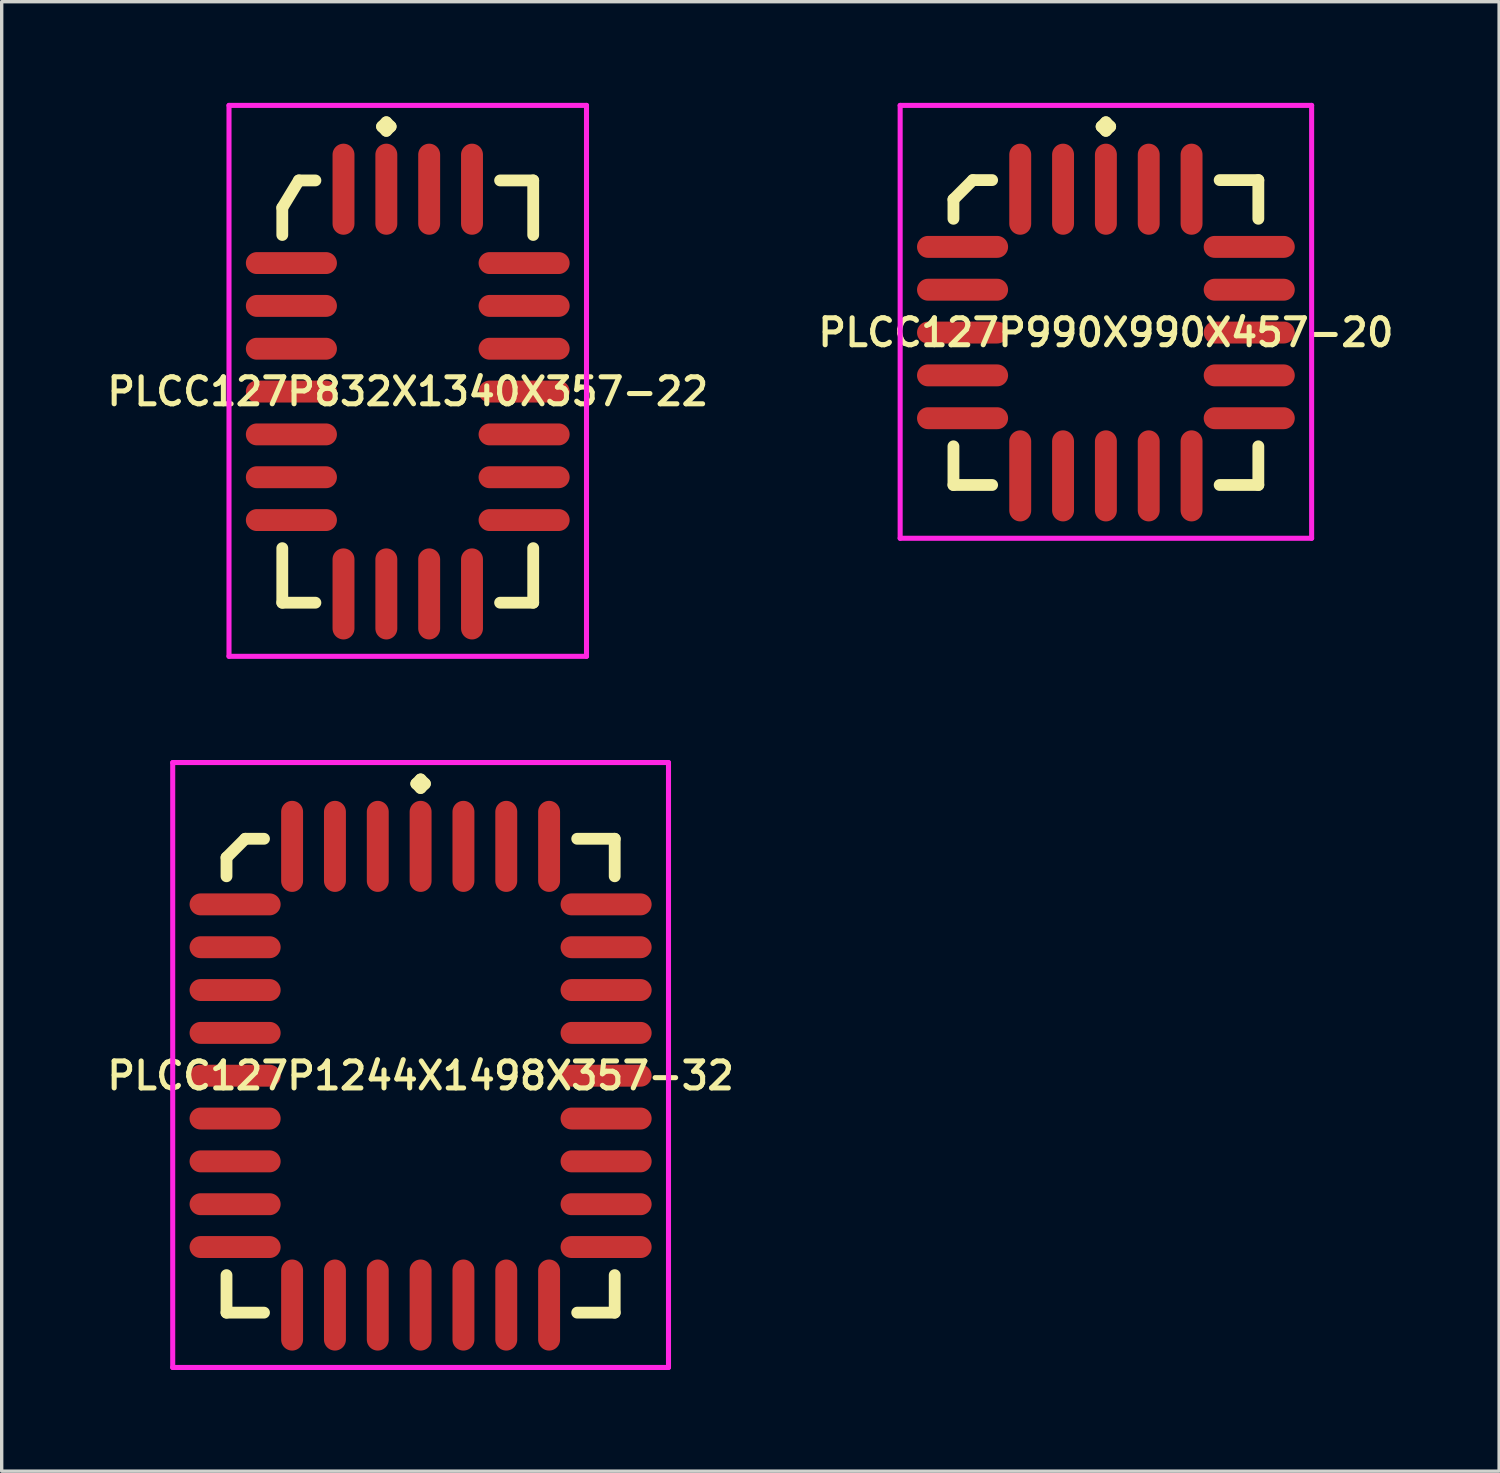
<source format=kicad_pcb>
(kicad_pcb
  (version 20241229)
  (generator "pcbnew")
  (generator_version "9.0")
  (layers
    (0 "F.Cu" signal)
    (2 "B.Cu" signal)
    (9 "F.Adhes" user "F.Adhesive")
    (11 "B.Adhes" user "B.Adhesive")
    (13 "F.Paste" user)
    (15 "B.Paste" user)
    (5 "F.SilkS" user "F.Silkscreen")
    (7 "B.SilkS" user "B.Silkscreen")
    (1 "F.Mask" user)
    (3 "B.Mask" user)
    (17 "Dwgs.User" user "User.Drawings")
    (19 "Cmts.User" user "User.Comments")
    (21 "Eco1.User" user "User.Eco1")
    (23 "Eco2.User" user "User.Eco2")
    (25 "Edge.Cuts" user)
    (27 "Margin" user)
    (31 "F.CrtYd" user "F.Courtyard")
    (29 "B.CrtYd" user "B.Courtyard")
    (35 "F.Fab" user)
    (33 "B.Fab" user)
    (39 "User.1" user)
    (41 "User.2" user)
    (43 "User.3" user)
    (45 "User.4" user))
  (footprint "PLCC127P990X990X457-20"
    (layer "F.Cu")
    (at 29.74 6.81)
    (property "Reference" "PLCC127P990X990X457-20" (at 0 0 0) (layer "F.SilkS") (effects (font (size 0.8 0.8) (thickness 0.15))))
    (attr smd)
    (fp_line (start -4.52 -3.946) (end -3.946 -4.52) (stroke (width 0.35) (type solid)) (layer "F.SilkS"))
    (fp_line (start -4.52 -3.373) (end -4.52 -3.946) (stroke (width 0.35) (type solid)) (layer "F.SilkS"))
    (fp_line (start -4.52 3.373) (end -4.52 4.52) (stroke (width 0.35) (type solid)) (layer "F.SilkS"))
    (fp_line (start -4.52 4.52) (end -3.373 4.52) (stroke (width 0.35) (type solid)) (layer "F.SilkS"))
    (fp_line (start -3.946 -4.52) (end -3.373 -4.52) (stroke (width 0.35) (type solid)) (layer "F.SilkS"))
    (fp_line (start -0.127 -6.108) (end 0 -6.235) (stroke (width 0.35) (type solid)) (layer "F.SilkS"))
    (fp_line (start 0 -6.235) (end 0.127 -6.108) (stroke (width 0.35) (type solid)) (layer "F.SilkS"))
    (fp_line (start 0 -5.981) (end -0.127 -6.108) (stroke (width 0.35) (type solid)) (layer "F.SilkS"))
    (fp_line (start 0.127 -6.108) (end 0 -5.981) (stroke (width 0.35) (type solid)) (layer "F.SilkS"))
    (fp_line (start 4.52 -4.52) (end 3.373 -4.52) (stroke (width 0.35) (type solid)) (layer "F.SilkS"))
    (fp_line (start 4.52 -3.373) (end 4.52 -4.52) (stroke (width 0.35) (type solid)) (layer "F.SilkS"))
    (fp_line (start 4.52 3.373) (end 4.52 4.52) (stroke (width 0.35) (type solid)) (layer "F.SilkS"))
    (fp_line (start 4.52 4.52) (end 3.373 4.52) (stroke (width 0.35) (type solid)) (layer "F.SilkS"))
    (fp_line (start -6.1 -6.735) (end 6.1 -6.735) (stroke (width 0.15) (type solid)) (layer "F.CrtYd"))
    (fp_line (start -6.1 6.1) (end -6.1 -6.735) (stroke (width 0.15) (type solid)) (layer "F.CrtYd"))
    (fp_line (start 6.1 -6.735) (end 6.1 6.1) (stroke (width 0.15) (type solid)) (layer "F.CrtYd"))
    (fp_line (start 6.1 6.1) (end -6.1 6.1) (stroke (width 0.15) (type solid)) (layer "F.CrtYd"))
    (pad "1" smd oval (at 0 -4.25) (size 0.65 2.7) (layers "F.Cu" "F.Mask" "F.Paste"))
    (pad "2" smd oval (at -1.27 -4.25) (size 0.65 2.7) (layers "F.Cu" "F.Mask" "F.Paste"))
    (pad "3" smd oval (at -2.54 -4.25) (size 0.65 2.7) (layers "F.Cu" "F.Mask" "F.Paste"))
    (pad "4" smd oval (at -4.25 -2.54) (size 2.7 0.65) (layers "F.Cu" "F.Mask" "F.Paste"))
    (pad "5" smd oval (at -4.25 -1.27) (size 2.7 0.65) (layers "F.Cu" "F.Mask" "F.Paste"))
    (pad "6" smd oval (at -4.25 0) (size 2.7 0.65) (layers "F.Cu" "F.Mask" "F.Paste"))
    (pad "7" smd oval (at -4.25 1.27) (size 2.7 0.65) (layers "F.Cu" "F.Mask" "F.Paste"))
    (pad "8" smd oval (at -4.25 2.54) (size 2.7 0.65) (layers "F.Cu" "F.Mask" "F.Paste"))
    (pad "9" smd oval (at -2.54 4.25) (size 0.65 2.7) (layers "F.Cu" "F.Mask" "F.Paste"))
    (pad "10" smd oval (at -1.27 4.25) (size 0.65 2.7) (layers "F.Cu" "F.Mask" "F.Paste"))
    (pad "11" smd oval (at 0 4.25) (size 0.65 2.7) (layers "F.Cu" "F.Mask" "F.Paste"))
    (pad "12" smd oval (at 1.27 4.25) (size 0.65 2.7) (layers "F.Cu" "F.Mask" "F.Paste"))
    (pad "13" smd oval (at 2.54 4.25) (size 0.65 2.7) (layers "F.Cu" "F.Mask" "F.Paste"))
    (pad "14" smd oval (at 4.25 2.54) (size 2.7 0.65) (layers "F.Cu" "F.Mask" "F.Paste"))
    (pad "15" smd oval (at 4.25 1.27) (size 2.7 0.65) (layers "F.Cu" "F.Mask" "F.Paste"))
    (pad "16" smd oval (at 4.25 0) (size 2.7 0.65) (layers "F.Cu" "F.Mask" "F.Paste"))
    (pad "17" smd oval (at 4.25 -1.27) (size 2.7 0.65) (layers "F.Cu" "F.Mask" "F.Paste"))
    (pad "18" smd oval (at 4.25 -2.54) (size 2.7 0.65) (layers "F.Cu" "F.Mask" "F.Paste"))
    (pad "19" smd oval (at 2.54 -4.25) (size 0.65 2.7) (layers "F.Cu" "F.Mask" "F.Paste"))
    (pad "20" smd oval (at 1.27 -4.25) (size 0.65 2.7) (layers "F.Cu" "F.Mask" "F.Paste")))
  (footprint "PLCC127P1244X1498X357-32"
    (layer "F.Cu")
    (at 9.421 28.845)
    (property "Reference" "PLCC127P1244X1498X357-32" (at 0 0 0) (layer "F.SilkS") (effects (font (size 0.8 0.8) (thickness 0.15))))
    (attr smd)
    (fp_line (start -5.755 -6.469) (end -5.199 -7.025) (stroke (width 0.35) (type solid)) (layer "F.SilkS"))
    (fp_line (start -5.755 -5.913) (end -5.755 -6.469) (stroke (width 0.35) (type solid)) (layer "F.SilkS"))
    (fp_line (start -5.755 5.913) (end -5.755 7.025) (stroke (width 0.35) (type solid)) (layer "F.SilkS"))
    (fp_line (start -5.755 7.025) (end -4.643 7.025) (stroke (width 0.35) (type solid)) (layer "F.SilkS"))
    (fp_line (start -5.199 -7.025) (end -4.643 -7.025) (stroke (width 0.35) (type solid)) (layer "F.SilkS"))
    (fp_line (start -0.127 -8.658) (end 0 -8.785) (stroke (width 0.35) (type solid)) (layer "F.SilkS"))
    (fp_line (start 0 -8.785) (end 0.127 -8.658) (stroke (width 0.35) (type solid)) (layer "F.SilkS"))
    (fp_line (start 0 -8.531) (end -0.127 -8.658) (stroke (width 0.35) (type solid)) (layer "F.SilkS"))
    (fp_line (start 0.127 -8.658) (end 0 -8.531) (stroke (width 0.35) (type solid)) (layer "F.SilkS"))
    (fp_line (start 5.755 -7.025) (end 4.643 -7.025) (stroke (width 0.35) (type solid)) (layer "F.SilkS"))
    (fp_line (start 5.755 -5.913) (end 5.755 -7.025) (stroke (width 0.35) (type solid)) (layer "F.SilkS"))
    (fp_line (start 5.755 5.913) (end 5.755 7.025) (stroke (width 0.35) (type solid)) (layer "F.SilkS"))
    (fp_line (start 5.755 7.025) (end 4.643 7.025) (stroke (width 0.35) (type solid)) (layer "F.SilkS"))
    (fp_line (start -7.35 -9.285) (end 7.35 -9.285) (stroke (width 0.15) (type solid)) (layer "F.CrtYd"))
    (fp_line (start -7.35 8.65) (end -7.35 -9.285) (stroke (width 0.15) (type solid)) (layer "F.CrtYd"))
    (fp_line (start 7.35 -9.285) (end 7.35 8.65) (stroke (width 0.15) (type solid)) (layer "F.CrtYd"))
    (fp_line (start 7.35 8.65) (end -7.35 8.65) (stroke (width 0.15) (type solid)) (layer "F.CrtYd"))
    (pad "1" smd oval (at 0 -6.8) (size 0.65 2.7) (layers "F.Cu" "F.Mask" "F.Paste"))
    (pad "2" smd oval (at -1.27 -6.8) (size 0.65 2.7) (layers "F.Cu" "F.Mask" "F.Paste"))
    (pad "3" smd oval (at -2.54 -6.8) (size 0.65 2.7) (layers "F.Cu" "F.Mask" "F.Paste"))
    (pad "4" smd oval (at -3.81 -6.8) (size 0.65 2.7) (layers "F.Cu" "F.Mask" "F.Paste"))
    (pad "5" smd oval (at -5.5 -5.08) (size 2.7 0.65) (layers "F.Cu" "F.Mask" "F.Paste"))
    (pad "6" smd oval (at -5.5 -3.81) (size 2.7 0.65) (layers "F.Cu" "F.Mask" "F.Paste"))
    (pad "7" smd oval (at -5.5 -2.54) (size 2.7 0.65) (layers "F.Cu" "F.Mask" "F.Paste"))
    (pad "8" smd oval (at -5.5 -1.27) (size 2.7 0.65) (layers "F.Cu" "F.Mask" "F.Paste"))
    (pad "9" smd oval (at -5.5 0) (size 2.7 0.65) (layers "F.Cu" "F.Mask" "F.Paste"))
    (pad "10" smd oval (at -5.5 1.27) (size 2.7 0.65) (layers "F.Cu" "F.Mask" "F.Paste"))
    (pad "11" smd oval (at -5.5 2.54) (size 2.7 0.65) (layers "F.Cu" "F.Mask" "F.Paste"))
    (pad "12" smd oval (at -5.5 3.81) (size 2.7 0.65) (layers "F.Cu" "F.Mask" "F.Paste"))
    (pad "13" smd oval (at -5.5 5.08) (size 2.7 0.65) (layers "F.Cu" "F.Mask" "F.Paste"))
    (pad "14" smd oval (at -3.81 6.8) (size 0.65 2.7) (layers "F.Cu" "F.Mask" "F.Paste"))
    (pad "15" smd oval (at -2.54 6.8) (size 0.65 2.7) (layers "F.Cu" "F.Mask" "F.Paste"))
    (pad "16" smd oval (at -1.27 6.8) (size 0.65 2.7) (layers "F.Cu" "F.Mask" "F.Paste"))
    (pad "17" smd oval (at 0 6.8) (size 0.65 2.7) (layers "F.Cu" "F.Mask" "F.Paste"))
    (pad "18" smd oval (at 1.27 6.8) (size 0.65 2.7) (layers "F.Cu" "F.Mask" "F.Paste"))
    (pad "19" smd oval (at 2.54 6.8) (size 0.65 2.7) (layers "F.Cu" "F.Mask" "F.Paste"))
    (pad "20" smd oval (at 3.81 6.8) (size 0.65 2.7) (layers "F.Cu" "F.Mask" "F.Paste"))
    (pad "21" smd oval (at 5.5 5.08) (size 2.7 0.65) (layers "F.Cu" "F.Mask" "F.Paste"))
    (pad "22" smd oval (at 5.5 3.81) (size 2.7 0.65) (layers "F.Cu" "F.Mask" "F.Paste"))
    (pad "23" smd oval (at 5.5 2.54) (size 2.7 0.65) (layers "F.Cu" "F.Mask" "F.Paste"))
    (pad "24" smd oval (at 5.5 1.27) (size 2.7 0.65) (layers "F.Cu" "F.Mask" "F.Paste"))
    (pad "25" smd oval (at 5.5 0) (size 2.7 0.65) (layers "F.Cu" "F.Mask" "F.Paste"))
    (pad "26" smd oval (at 5.5 -1.27) (size 2.7 0.65) (layers "F.Cu" "F.Mask" "F.Paste"))
    (pad "27" smd oval (at 5.5 -2.54) (size 2.7 0.65) (layers "F.Cu" "F.Mask" "F.Paste"))
    (pad "28" smd oval (at 5.5 -3.81) (size 2.7 0.65) (layers "F.Cu" "F.Mask" "F.Paste"))
    (pad "29" smd oval (at 5.5 -5.08) (size 2.7 0.65) (layers "F.Cu" "F.Mask" "F.Paste"))
    (pad "30" smd oval (at 3.81 -6.8) (size 0.65 2.7) (layers "F.Cu" "F.Mask" "F.Paste"))
    (pad "31" smd oval (at 2.54 -6.8) (size 0.65 2.7) (layers "F.Cu" "F.Mask" "F.Paste"))
    (pad "32" smd oval (at 1.27 -6.8) (size 0.65 2.7) (layers "F.Cu" "F.Mask" "F.Paste")))
  (footprint "PLCC127P832X1340X357-22"
    (layer "F.Cu")
    (at 9.04 8.56)
    (property "Reference" "PLCC127P832X1340X357-22" (at 0 0 0) (layer "F.SilkS") (effects (font (size 0.8 0.8) (thickness 0.15))))
    (attr smd)
    (fp_line (start -3.72 -5.452) (end -3.229 -6.26) (stroke (width 0.35) (type solid)) (layer "F.SilkS"))
    (fp_line (start -3.72 -4.643) (end -3.72 -5.452) (stroke (width 0.35) (type solid)) (layer "F.SilkS"))
    (fp_line (start -3.72 4.643) (end -3.72 6.26) (stroke (width 0.35) (type solid)) (layer "F.SilkS"))
    (fp_line (start -3.72 6.26) (end -2.738 6.26) (stroke (width 0.35) (type solid)) (layer "F.SilkS"))
    (fp_line (start -3.229 -6.26) (end -2.738 -6.26) (stroke (width 0.35) (type solid)) (layer "F.SilkS"))
    (fp_line (start -0.762 -7.858) (end -0.635 -7.985) (stroke (width 0.35) (type solid)) (layer "F.SilkS"))
    (fp_line (start -0.635 -7.985) (end -0.508 -7.858) (stroke (width 0.35) (type solid)) (layer "F.SilkS"))
    (fp_line (start -0.635 -7.731) (end -0.762 -7.858) (stroke (width 0.35) (type solid)) (layer "F.SilkS"))
    (fp_line (start -0.508 -7.858) (end -0.635 -7.731) (stroke (width 0.35) (type solid)) (layer "F.SilkS"))
    (fp_line (start 3.72 -6.26) (end 2.738 -6.26) (stroke (width 0.35) (type solid)) (layer "F.SilkS"))
    (fp_line (start 3.72 -4.643) (end 3.72 -6.26) (stroke (width 0.35) (type solid)) (layer "F.SilkS"))
    (fp_line (start 3.72 4.643) (end 3.72 6.26) (stroke (width 0.35) (type solid)) (layer "F.SilkS"))
    (fp_line (start 3.72 6.26) (end 2.738 6.26) (stroke (width 0.35) (type solid)) (layer "F.SilkS"))
    (fp_line (start -5.3 -8.485) (end 5.3 -8.485) (stroke (width 0.15) (type solid)) (layer "F.CrtYd"))
    (fp_line (start -5.3 7.85) (end -5.3 -8.485) (stroke (width 0.15) (type solid)) (layer "F.CrtYd"))
    (fp_line (start 5.3 -8.485) (end 5.3 7.85) (stroke (width 0.15) (type solid)) (layer "F.CrtYd"))
    (fp_line (start 5.3 7.85) (end -5.3 7.85) (stroke (width 0.15) (type solid)) (layer "F.CrtYd"))
    (pad "1" smd oval (at -0.635 -6) (size 0.65 2.7) (layers "F.Cu" "F.Mask" "F.Paste"))
    (pad "2" smd oval (at -1.905 -6) (size 0.65 2.7) (layers "F.Cu" "F.Mask" "F.Paste"))
    (pad "3" smd oval (at -3.45 -3.81) (size 2.7 0.65) (layers "F.Cu" "F.Mask" "F.Paste"))
    (pad "4" smd oval (at -3.45 -2.54) (size 2.7 0.65) (layers "F.Cu" "F.Mask" "F.Paste"))
    (pad "5" smd oval (at -3.45 -1.27) (size 2.7 0.65) (layers "F.Cu" "F.Mask" "F.Paste"))
    (pad "6" smd oval (at -3.45 0) (size 2.7 0.65) (layers "F.Cu" "F.Mask" "F.Paste"))
    (pad "7" smd oval (at -3.45 1.27) (size 2.7 0.65) (layers "F.Cu" "F.Mask" "F.Paste"))
    (pad "8" smd oval (at -3.45 2.54) (size 2.7 0.65) (layers "F.Cu" "F.Mask" "F.Paste"))
    (pad "9" smd oval (at -3.45 3.81) (size 2.7 0.65) (layers "F.Cu" "F.Mask" "F.Paste"))
    (pad "10" smd oval (at -1.905 6) (size 0.65 2.7) (layers "F.Cu" "F.Mask" "F.Paste"))
    (pad "11" smd oval (at -0.635 6) (size 0.65 2.7) (layers "F.Cu" "F.Mask" "F.Paste"))
    (pad "12" smd oval (at 0.635 6) (size 0.65 2.7) (layers "F.Cu" "F.Mask" "F.Paste"))
    (pad "13" smd oval (at 1.905 6) (size 0.65 2.7) (layers "F.Cu" "F.Mask" "F.Paste"))
    (pad "14" smd oval (at 3.45 3.81) (size 2.7 0.65) (layers "F.Cu" "F.Mask" "F.Paste"))
    (pad "15" smd oval (at 3.45 2.54) (size 2.7 0.65) (layers "F.Cu" "F.Mask" "F.Paste"))
    (pad "16" smd oval (at 3.45 1.27) (size 2.7 0.65) (layers "F.Cu" "F.Mask" "F.Paste"))
    (pad "17" smd oval (at 3.45 0) (size 2.7 0.65) (layers "F.Cu" "F.Mask" "F.Paste"))
    (pad "18" smd oval (at 3.45 -1.27) (size 2.7 0.65) (layers "F.Cu" "F.Mask" "F.Paste"))
    (pad "19" smd oval (at 3.45 -2.54) (size 2.7 0.65) (layers "F.Cu" "F.Mask" "F.Paste"))
    (pad "20" smd oval (at 3.45 -3.81) (size 2.7 0.65) (layers "F.Cu" "F.Mask" "F.Paste"))
    (pad "21" smd oval (at 1.905 -6) (size 0.65 2.7) (layers "F.Cu" "F.Mask" "F.Paste"))
    (pad "22" smd oval (at 0.635 -6) (size 0.65 2.7) (layers "F.Cu" "F.Mask" "F.Paste")))
  (gr_rect
    (start -3 -3)
    (end 41.399 40.57)
    (stroke (width 0.1) (type default))
    (fill no)
    (layer "Edge.Cuts")))
</source>
